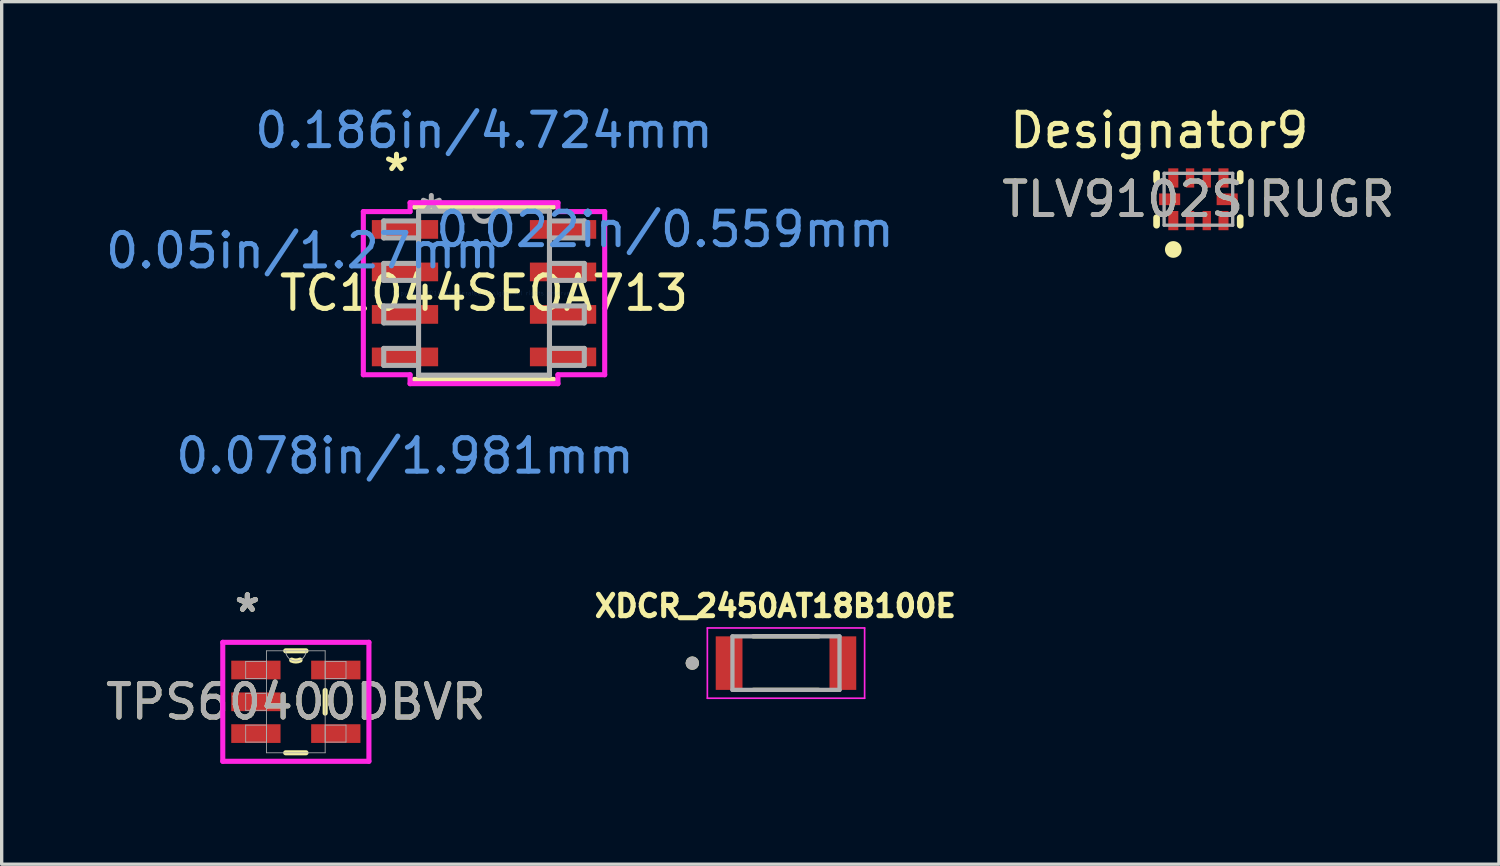
<source format=kicad_pcb>
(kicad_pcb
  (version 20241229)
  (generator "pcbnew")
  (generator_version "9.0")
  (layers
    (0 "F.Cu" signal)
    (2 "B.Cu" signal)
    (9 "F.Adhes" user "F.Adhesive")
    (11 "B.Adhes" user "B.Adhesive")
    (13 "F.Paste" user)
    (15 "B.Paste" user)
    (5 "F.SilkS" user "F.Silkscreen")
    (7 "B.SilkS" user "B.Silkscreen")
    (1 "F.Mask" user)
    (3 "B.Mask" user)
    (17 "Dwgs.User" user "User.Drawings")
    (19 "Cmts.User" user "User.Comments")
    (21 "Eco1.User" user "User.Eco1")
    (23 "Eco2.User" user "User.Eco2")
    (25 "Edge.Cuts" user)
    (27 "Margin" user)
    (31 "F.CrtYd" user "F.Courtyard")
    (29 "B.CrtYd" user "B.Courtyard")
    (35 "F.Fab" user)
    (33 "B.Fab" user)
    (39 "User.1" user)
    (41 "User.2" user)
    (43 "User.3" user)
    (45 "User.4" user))
  (footprint "TC1044SEOA713"
    (layer "F.Cu")
    (at 11.416 5.712)
    (property "Reference" "TC1044SEOA713" (at 0 0 0) (layer "F.SilkS") (effects (font (size 1 1) (thickness 0.15))))
    (attr through_hole)
    (fp_line (start -2.083 2.578) (end 2.083 2.578) (stroke (width 0.152) (type solid)) (layer "F.SilkS"))
    (fp_line (start 2.083 -2.578) (end -2.083 -2.578) (stroke (width 0.152) (type solid)) (layer "F.SilkS"))
    (fp_line (start -3.607 -2.438) (end -2.21 -2.438) (stroke (width 0.152) (type solid)) (layer "F.CrtYd"))
    (fp_line (start -3.607 2.438) (end -3.607 -2.438) (stroke (width 0.152) (type solid)) (layer "F.CrtYd"))
    (fp_line (start -3.607 2.438) (end -2.21 2.438) (stroke (width 0.152) (type solid)) (layer "F.CrtYd"))
    (fp_line (start -2.21 -2.705) (end 2.21 -2.705) (stroke (width 0.152) (type solid)) (layer "F.CrtYd"))
    (fp_line (start -2.21 -2.438) (end -2.21 -2.705) (stroke (width 0.152) (type solid)) (layer "F.CrtYd"))
    (fp_line (start -2.21 2.705) (end -2.21 2.438) (stroke (width 0.152) (type solid)) (layer "F.CrtYd"))
    (fp_line (start 2.21 -2.705) (end 2.21 -2.438) (stroke (width 0.152) (type solid)) (layer "F.CrtYd"))
    (fp_line (start 2.21 2.438) (end 2.21 2.705) (stroke (width 0.152) (type solid)) (layer "F.CrtYd"))
    (fp_line (start 2.21 2.705) (end -2.21 2.705) (stroke (width 0.152) (type solid)) (layer "F.CrtYd"))
    (fp_line (start 3.607 -2.438) (end 2.21 -2.438) (stroke (width 0.152) (type solid)) (layer "F.CrtYd"))
    (fp_line (start 3.607 -2.438) (end 3.607 2.438) (stroke (width 0.152) (type solid)) (layer "F.CrtYd"))
    (fp_line (start 3.607 2.438) (end 2.21 2.438) (stroke (width 0.152) (type solid)) (layer "F.CrtYd"))
    (fp_line (start -2.997 -2.159) (end -2.997 -1.651) (stroke (width 0.152) (type solid)) (layer "F.Fab"))
    (fp_line (start -2.997 -1.651) (end -1.956 -1.651) (stroke (width 0.152) (type solid)) (layer "F.Fab"))
    (fp_line (start -2.997 -0.889) (end -2.997 -0.381) (stroke (width 0.152) (type solid)) (layer "F.Fab"))
    (fp_line (start -2.997 -0.381) (end -1.956 -0.381) (stroke (width 0.152) (type solid)) (layer "F.Fab"))
    (fp_line (start -2.997 0.381) (end -2.997 0.889) (stroke (width 0.152) (type solid)) (layer "F.Fab"))
    (fp_line (start -2.997 0.889) (end -1.956 0.889) (stroke (width 0.152) (type solid)) (layer "F.Fab"))
    (fp_line (start -2.997 1.651) (end -2.997 2.159) (stroke (width 0.152) (type solid)) (layer "F.Fab"))
    (fp_line (start -2.997 2.159) (end -1.956 2.159) (stroke (width 0.152) (type solid)) (layer "F.Fab"))
    (fp_line (start -1.956 -2.451) (end -1.956 2.451) (stroke (width 0.152) (type solid)) (layer "F.Fab"))
    (fp_line (start -1.956 -2.159) (end -2.997 -2.159) (stroke (width 0.152) (type solid)) (layer "F.Fab"))
    (fp_line (start -1.956 -1.651) (end -1.956 -2.159) (stroke (width 0.152) (type solid)) (layer "F.Fab"))
    (fp_line (start -1.956 -0.889) (end -2.997 -0.889) (stroke (width 0.152) (type solid)) (layer "F.Fab"))
    (fp_line (start -1.956 -0.381) (end -1.956 -0.889) (stroke (width 0.152) (type solid)) (layer "F.Fab"))
    (fp_line (start -1.956 0.381) (end -2.997 0.381) (stroke (width 0.152) (type solid)) (layer "F.Fab"))
    (fp_line (start -1.956 0.889) (end -1.956 0.381) (stroke (width 0.152) (type solid)) (layer "F.Fab"))
    (fp_line (start -1.956 1.651) (end -2.997 1.651) (stroke (width 0.152) (type solid)) (layer "F.Fab"))
    (fp_line (start -1.956 2.159) (end -1.956 1.651) (stroke (width 0.152) (type solid)) (layer "F.Fab"))
    (fp_line (start -1.956 2.451) (end 1.956 2.451) (stroke (width 0.152) (type solid)) (layer "F.Fab"))
    (fp_line (start 1.956 -2.451) (end -1.956 -2.451) (stroke (width 0.152) (type solid)) (layer "F.Fab"))
    (fp_line (start 1.956 -2.159) (end 1.956 -1.651) (stroke (width 0.152) (type solid)) (layer "F.Fab"))
    (fp_line (start 1.956 -1.651) (end 2.997 -1.651) (stroke (width 0.152) (type solid)) (layer "F.Fab"))
    (fp_line (start 1.956 -0.889) (end 1.956 -0.381) (stroke (width 0.152) (type solid)) (layer "F.Fab"))
    (fp_line (start 1.956 -0.381) (end 2.997 -0.381) (stroke (width 0.152) (type solid)) (layer "F.Fab"))
    (fp_line (start 1.956 0.381) (end 1.956 0.889) (stroke (width 0.152) (type solid)) (layer "F.Fab"))
    (fp_line (start 1.956 0.889) (end 2.997 0.889) (stroke (width 0.152) (type solid)) (layer "F.Fab"))
    (fp_line (start 1.956 1.651) (end 1.956 2.159) (stroke (width 0.152) (type solid)) (layer "F.Fab"))
    (fp_line (start 1.956 2.159) (end 2.997 2.159) (stroke (width 0.152) (type solid)) (layer "F.Fab"))
    (fp_line (start 1.956 2.451) (end 1.956 -2.451) (stroke (width 0.152) (type solid)) (layer "F.Fab"))
    (fp_line (start 2.997 -2.159) (end 1.956 -2.159) (stroke (width 0.152) (type solid)) (layer "F.Fab"))
    (fp_line (start 2.997 -1.651) (end 2.997 -2.159) (stroke (width 0.152) (type solid)) (layer "F.Fab"))
    (fp_line (start 2.997 -0.889) (end 1.956 -0.889) (stroke (width 0.152) (type solid)) (layer "F.Fab"))
    (fp_line (start 2.997 -0.381) (end 2.997 -0.889) (stroke (width 0.152) (type solid)) (layer "F.Fab"))
    (fp_line (start 2.997 0.381) (end 1.956 0.381) (stroke (width 0.152) (type solid)) (layer "F.Fab"))
    (fp_line (start 2.997 0.889) (end 2.997 0.381) (stroke (width 0.152) (type solid)) (layer "F.Fab"))
    (fp_line (start 2.997 1.651) (end 1.956 1.651) (stroke (width 0.152) (type solid)) (layer "F.Fab"))
    (fp_line (start 2.997 2.159) (end 2.997 1.651) (stroke (width 0.152) (type solid)) (layer "F.Fab"))
    (fp_arc (start 0.3048 -2.4511) (mid 0 -2.1463) (end -0.3048 -2.4511) (stroke (width 0.1524) (type solid)) (layer "F.Fab"))
    (fp_text user "*" (at -2.616 -3.607 0) (layer "F.SilkS") (effects (font (size 1 1) (thickness 0.15))))
    (fp_text user "Copyright 2016 Accelerated Designs. All rights reserved." (at 0 0 0) (layer "Cmts.User") (effects (font (size 0.127 0.127) (thickness 0.002))))
    (fp_text user "0.05in/1.27mm" (at -5.41 -1.27 0) (layer "Cmts.User") (effects (font (size 1 1) (thickness 0.15))))
    (fp_text user "0.186in/4.724mm" (at 0 -4.864 0) (layer "Cmts.User") (effects (font (size 1 1) (thickness 0.15))))
    (fp_text user "0.078in/1.981mm" (at -2.362 4.864 0) (layer "Cmts.User") (effects (font (size 1 1) (thickness 0.15))))
    (fp_text user "0.022in/0.559mm" (at 5.41 -1.905 0) (layer "Cmts.User") (effects (font (size 1 1) (thickness 0.15))))
    (fp_text user "*" (at -1.575 -2.375 0) (layer "F.Fab") (effects (font (size 1 1) (thickness 0.15))))
    (pad "1" smd rect (at -2.362 -1.905) (size 1.981 0.559) (layers "F.Cu" "F.Mask" "F.Paste"))
    (pad "2" smd rect (at -2.362 -0.635) (size 1.981 0.559) (layers "F.Cu" "F.Mask" "F.Paste"))
    (pad "3" smd rect (at -2.362 0.635) (size 1.981 0.559) (layers "F.Cu" "F.Mask" "F.Paste"))
    (pad "4" smd rect (at -2.362 1.905) (size 1.981 0.559) (layers "F.Cu" "F.Mask" "F.Paste"))
    (pad "5" smd rect (at 2.362 1.905) (size 1.981 0.559) (layers "F.Cu" "F.Mask" "F.Paste"))
    (pad "6" smd rect (at 2.362 0.635) (size 1.981 0.559) (layers "F.Cu" "F.Mask" "F.Paste"))
    (pad "7" smd rect (at 2.362 -0.635) (size 1.981 0.559) (layers "F.Cu" "F.Mask" "F.Paste"))
    (pad "8" smd rect (at 2.362 -1.905) (size 1.981 0.559) (layers "F.Cu" "F.Mask" "F.Paste")))
  (footprint "XDCR_2450AT18B100E"
    (layer "F.Cu")
    (at 20.441 16.769)
    (property "Reference" "XDCR_2450AT18B100E" (at -0.318 -1.706 0) (layer "F.SilkS") (effects (font (size 0.64 0.64) (thickness 0.15))))
    (attr smd)
    (fp_line (start -0.98 -0.8) (end 0.98 -0.8) (stroke (width 0.127) (type solid)) (layer "F.SilkS"))
    (fp_line (start -0.98 0.8) (end 0.98 0.8) (stroke (width 0.127) (type solid)) (layer "F.SilkS"))
    (fp_circle (center -2.8 0) (end -2.7 0) (stroke (width 0.2) (type solid)) (fill no) (layer "F.SilkS"))
    (fp_line (start -2.35 -1.05) (end 2.35 -1.05) (stroke (width 0.05) (type solid)) (layer "F.CrtYd"))
    (fp_line (start -2.35 1.05) (end -2.35 -1.05) (stroke (width 0.05) (type solid)) (layer "F.CrtYd"))
    (fp_line (start 2.35 -1.05) (end 2.35 1.05) (stroke (width 0.05) (type solid)) (layer "F.CrtYd"))
    (fp_line (start 2.35 1.05) (end -2.35 1.05) (stroke (width 0.05) (type solid)) (layer "F.CrtYd"))
    (fp_line (start -1.6 -0.8) (end -1.6 0.8) (stroke (width 0.127) (type solid)) (layer "F.Fab"))
    (fp_line (start -1.6 0.8) (end 1.6 0.8) (stroke (width 0.127) (type solid)) (layer "F.Fab"))
    (fp_line (start 1.6 -0.8) (end -1.6 -0.8) (stroke (width 0.127) (type solid)) (layer "F.Fab"))
    (fp_line (start 1.6 0.8) (end 1.6 -0.8) (stroke (width 0.127) (type solid)) (layer "F.Fab"))
    (fp_circle (center -2.8 0) (end -2.7 0) (stroke (width 0.2) (type solid)) (fill no) (layer "F.Fab"))
    (pad "1" smd rect (at -1.7 0) (size 0.8 1.6) (layers "F.Cu" "F.Mask" "F.Paste"))
    (pad "2" smd rect (at 1.7 0) (size 0.8 1.6) (layers "F.Cu" "F.Mask" "F.Paste")))
  (footprint "TLV9102SIRUGR"
    (layer "F.Cu")
    (at 32.767 2.906)
    (property "Reference" "TLV9102SIRUGR" (at 0 0 0) (unlocked yes) (layer "F.SilkS") (effects (font (size 1 1) (thickness 0.15))))
    (attr smd)
    (fp_line (start -1.25 -0.55) (end -1.25 -0.775) (stroke (width 0.2) (type solid)) (layer "F.SilkS"))
    (fp_line (start -1.25 0.775) (end -1.25 0.55) (stroke (width 0.2) (type solid)) (layer "F.SilkS"))
    (fp_line (start 1.25 -0.55) (end 1.25 -0.775) (stroke (width 0.2) (type solid)) (layer "F.SilkS"))
    (fp_line (start 1.25 0.775) (end 1.25 0.55) (stroke (width 0.2) (type solid)) (layer "F.SilkS"))
    (fp_circle (center -0.75 1.5) (end -0.625 1.5) (stroke (width 0.25) (type solid)) (fill no) (layer "F.SilkS"))
    (fp_poly (pts (xy -1.1 0.15) (xy -1.15 0.1) (xy -1.15 -0.1) (xy -1.1 -0.15) (xy -0.62 -0.15) (xy -0.57 -0.1) (xy -0.57 0.1) (xy -0.62 0.15)) (stroke (width 0) (type solid)) (fill yes) (layer "F.Paste"))
    (fp_poly (pts (xy -0.825 0.9) (xy -0.875 0.85) (xy -0.875 0.425) (xy -0.825 0.375) (xy -0.675 0.375) (xy -0.625 0.425) (xy -0.625 0.85) (xy -0.675 0.9)) (stroke (width 0) (type solid)) (fill yes) (layer "F.Paste"))
    (fp_poly (pts (xy -0.675 -0.9) (xy -0.625 -0.85) (xy -0.625 -0.425) (xy -0.675 -0.375) (xy -0.825 -0.375) (xy -0.875 -0.425) (xy -0.875 -0.85) (xy -0.825 -0.9)) (stroke (width 0) (type solid)) (fill yes) (layer "F.Paste"))
    (fp_poly (pts (xy -0.375 -0.425) (xy -0.375 -0.85) (xy -0.325 -0.9) (xy -0.175 -0.9) (xy -0.125 -0.85) (xy -0.125 -0.425) (xy -0.175 -0.375) (xy -0.325 -0.375)) (stroke (width 0) (type solid)) (fill yes) (layer "F.Paste"))
    (fp_poly (pts (xy -0.375 0.85) (xy -0.375 0.425) (xy -0.325 0.375) (xy -0.175 0.375) (xy -0.125 0.425) (xy -0.125 0.85) (xy -0.175 0.9) (xy -0.325 0.9)) (stroke (width 0) (type solid)) (fill yes) (layer "F.Paste"))
    (fp_poly (pts (xy 0.125 0.85) (xy 0.125 0.425) (xy 0.175 0.375) (xy 0.325 0.375) (xy 0.375 0.425) (xy 0.375 0.85) (xy 0.325 0.9) (xy 0.175 0.9)) (stroke (width 0) (type solid)) (fill yes) (layer "F.Paste"))
    (fp_poly (pts (xy 0.175 -0.375) (xy 0.125 -0.425) (xy 0.125 -0.85) (xy 0.175 -0.9) (xy 0.325 -0.9) (xy 0.375 -0.85) (xy 0.375 -0.425) (xy 0.325 -0.375)) (stroke (width 0) (type solid)) (fill yes) (layer "F.Paste"))
    (fp_poly (pts (xy 0.62 0.15) (xy 0.57 0.1) (xy 0.57 -0.1) (xy 0.62 -0.15) (xy 1.1 -0.15) (xy 1.15 -0.1) (xy 1.15 0.1) (xy 1.1 0.15)) (stroke (width 0) (type solid)) (fill yes) (layer "F.Paste"))
    (fp_poly (pts (xy 0.675 -0.9) (xy 0.825 -0.9) (xy 0.875 -0.85) (xy 0.875 -0.425) (xy 0.825 -0.375) (xy 0.675 -0.375) (xy 0.625 -0.425) (xy 0.625 -0.85)) (stroke (width 0) (type solid)) (fill yes) (layer "F.Paste"))
    (fp_poly (pts (xy 0.875 0.425) (xy 0.875 0.85) (xy 0.825 0.9) (xy 0.675 0.9) (xy 0.625 0.85) (xy 0.625 0.425) (xy 0.675 0.375) (xy 0.825 0.375)) (stroke (width 0) (type solid)) (fill yes) (layer "F.Paste"))
    (fp_rect (start -1.4 -1.15) (end 1.35 1.15) (stroke (width 0.1) (type default)) (fill no) (layer "Margin"))
    (fp_line (start -1.025 -0.775) (end 1.025 -0.775) (stroke (width 0.1) (type solid)) (layer "F.Fab"))
    (fp_line (start -1.025 0.775) (end -1.025 -0.775) (stroke (width 0.1) (type solid)) (layer "F.Fab"))
    (fp_line (start -1.025 0.775) (end 1.025 0.775) (stroke (width 0.1) (type solid)) (layer "F.Fab"))
    (fp_line (start 1.025 0.775) (end 1.025 -0.775) (stroke (width 0.1) (type solid)) (layer "F.Fab"))
    (fp_text user "Designator9" (at -1.168 -2.057 0) (unlocked yes) (layer "F.SilkS") (effects (font (size 1 1) (thickness 0.15))))
    (fp_text user "${REFERENCE}" (at 0 0 0) (unlocked yes) (layer "F.Fab") (effects (font (size 1 1) (thickness 0.15))))
    (pad "1" smd rect (at -0.75 0.637) (size 0.3 0.575) (layers "F.Cu" "F.Mask"))
    (pad "2" smd rect (at -0.25 0.637) (size 0.25 0.575) (layers "F.Cu" "F.Mask"))
    (pad "3" smd rect (at 0.25 0.637) (size 0.25 0.575) (layers "F.Cu" "F.Mask"))
    (pad "4" smd rect (at 0.75 0.637) (size 0.3 0.575) (layers "F.Cu" "F.Mask"))
    (pad "5" smd rect (at 0.86 0) (size 0.63 0.35) (layers "F.Cu" "F.Mask"))
    (pad "6" smd rect (at 0.75 -0.637) (size 0.3 0.575) (layers "F.Cu" "F.Mask"))
    (pad "7" smd rect (at 0.25 -0.637) (size 0.25 0.575) (layers "F.Cu" "F.Mask"))
    (pad "8" smd rect (at -0.25 -0.637) (size 0.25 0.575) (layers "F.Cu" "F.Mask"))
    (pad "9" smd rect (at -0.75 -0.637) (size 0.3 0.575) (layers "F.Cu" "F.Mask"))
    (pad "10" smd rect (at -0.86 0) (size 0.63 0.35) (layers "F.Cu" "F.Mask")))
  (footprint "TPS60400DBVR"
    (layer "F.Cu")
    (at 5.792 17.925)
    (property "Reference" "TPS60400DBVR" (at 0 0 0) (unlocked yes) (layer "F.SilkS") (effects (font (size 1 1) (thickness 0.15))))
    (attr smd)
    (fp_line (start -0.303 1.524) (end 0.303 1.524) (stroke (width 0.152) (type solid)) (layer "F.SilkS"))
    (fp_line (start 0.303 -1.524) (end -0.303 -1.524) (stroke (width 0.152) (type solid)) (layer "F.SilkS"))
    (fp_line (start 0.876 0.338) (end 0.876 -0.338) (stroke (width 0.152) (type solid)) (layer "F.SilkS"))
    (fp_arc (start 0.124872 -1.245953) (mid 0 -1.2192) (end -0.124872 -1.245953) (stroke (width 0.1524) (type solid)) (layer "F.SilkS"))
    (fp_line (start -2.184 -1.778) (end 2.184 -1.778) (stroke (width 0.152) (type solid)) (layer "F.CrtYd"))
    (fp_line (start -2.184 1.778) (end -2.184 -1.778) (stroke (width 0.152) (type solid)) (layer "F.CrtYd"))
    (fp_line (start 2.184 -1.778) (end 2.184 1.778) (stroke (width 0.152) (type solid)) (layer "F.CrtYd"))
    (fp_line (start 2.184 1.778) (end -2.184 1.778) (stroke (width 0.152) (type solid)) (layer "F.CrtYd"))
    (fp_line (start -1.499 -1.204) (end -1.499 -0.696) (stroke (width 0.025) (type solid)) (layer "F.Fab"))
    (fp_line (start -1.499 -0.696) (end -0.876 -0.696) (stroke (width 0.025) (type solid)) (layer "F.Fab"))
    (fp_line (start -1.499 -0.254) (end -1.499 0.254) (stroke (width 0.025) (type solid)) (layer "F.Fab"))
    (fp_line (start -1.499 0.254) (end -0.876 0.254) (stroke (width 0.025) (type solid)) (layer "F.Fab"))
    (fp_line (start -1.499 0.696) (end -1.499 1.204) (stroke (width 0.025) (type solid)) (layer "F.Fab"))
    (fp_line (start -1.499 1.204) (end -0.876 1.204) (stroke (width 0.025) (type solid)) (layer "F.Fab"))
    (fp_line (start -0.876 -1.524) (end -0.876 1.524) (stroke (width 0.025) (type solid)) (layer "F.Fab"))
    (fp_line (start -0.876 -1.204) (end -1.499 -1.204) (stroke (width 0.025) (type solid)) (layer "F.Fab"))
    (fp_line (start -0.876 -0.696) (end -0.876 -1.204) (stroke (width 0.025) (type solid)) (layer "F.Fab"))
    (fp_line (start -0.876 -0.254) (end -1.499 -0.254) (stroke (width 0.025) (type solid)) (layer "F.Fab"))
    (fp_line (start -0.876 0.254) (end -0.876 -0.254) (stroke (width 0.025) (type solid)) (layer "F.Fab"))
    (fp_line (start -0.876 0.696) (end -1.499 0.696) (stroke (width 0.025) (type solid)) (layer "F.Fab"))
    (fp_line (start -0.876 1.204) (end -0.876 0.696) (stroke (width 0.025) (type solid)) (layer "F.Fab"))
    (fp_line (start -0.876 1.524) (end 0.876 1.524) (stroke (width 0.025) (type solid)) (layer "F.Fab"))
    (fp_line (start 0.876 -1.524) (end -0.876 -1.524) (stroke (width 0.025) (type solid)) (layer "F.Fab"))
    (fp_line (start 0.876 -1.204) (end 0.876 -0.696) (stroke (width 0.025) (type solid)) (layer "F.Fab"))
    (fp_line (start 0.876 -0.696) (end 1.499 -0.696) (stroke (width 0.025) (type solid)) (layer "F.Fab"))
    (fp_line (start 0.876 0.696) (end 0.876 1.204) (stroke (width 0.025) (type solid)) (layer "F.Fab"))
    (fp_line (start 0.876 1.204) (end 1.499 1.204) (stroke (width 0.025) (type solid)) (layer "F.Fab"))
    (fp_line (start 0.876 1.524) (end 0.876 -1.524) (stroke (width 0.025) (type solid)) (layer "F.Fab"))
    (fp_line (start 1.499 -1.204) (end 0.876 -1.204) (stroke (width 0.025) (type solid)) (layer "F.Fab"))
    (fp_line (start 1.499 -0.696) (end 1.499 -1.204) (stroke (width 0.025) (type solid)) (layer "F.Fab"))
    (fp_line (start 1.499 0.696) (end 0.876 0.696) (stroke (width 0.025) (type solid)) (layer "F.Fab"))
    (fp_line (start 1.499 1.204) (end 1.499 0.696) (stroke (width 0.025) (type solid)) (layer "F.Fab"))
    (fp_arc (start 0.3048 -1.524) (mid 0 -1.2192) (end -0.3048 -1.524) (stroke (width 0.0254) (type solid)) (layer "F.Fab"))
    (fp_text user "*" (at -1.448 -2.652 0) (unlocked yes) (layer "F.SilkS") (effects (font (size 1 1) (thickness 0.15))))
    (fp_text user "*" (at -1.448 -2.652 0) (layer "F.SilkS") (effects (font (size 1 1) (thickness 0.15))))
    (fp_text user "*" (at -1.448 -2.652 0) (layer "F.Fab") (effects (font (size 1 1) (thickness 0.15))))
    (fp_text user "*" (at -1.448 -2.652 0) (unlocked yes) (layer "F.Fab") (effects (font (size 1 1) (thickness 0.15))))
    (fp_text user "${REFERENCE}" (at 0 0 0) (unlocked yes) (layer "F.Fab") (effects (font (size 1 1) (thickness 0.15))))
    (pad "1" smd rect (at -1.194 -0.95) (size 1.473 0.559) (layers "F.Cu" "F.Mask" "F.Paste"))
    (pad "2" smd rect (at -1.194 0) (size 1.473 0.559) (layers "F.Cu" "F.Mask" "F.Paste"))
    (pad "3" smd rect (at -1.194 0.95) (size 1.473 0.559) (layers "F.Cu" "F.Mask" "F.Paste"))
    (pad "4" smd rect (at 1.194 0.95) (size 1.473 0.559) (layers "F.Cu" "F.Mask" "F.Paste"))
    (pad "5" smd rect (at 1.194 -0.95) (size 1.473 0.559) (layers "F.Cu" "F.Mask" "F.Paste")))
  (gr_rect
    (start -3 -3)
    (end 41.749 22.779)
    (stroke (width 0.1) (type default))
    (fill no)
    (layer "Edge.Cuts")))
</source>
